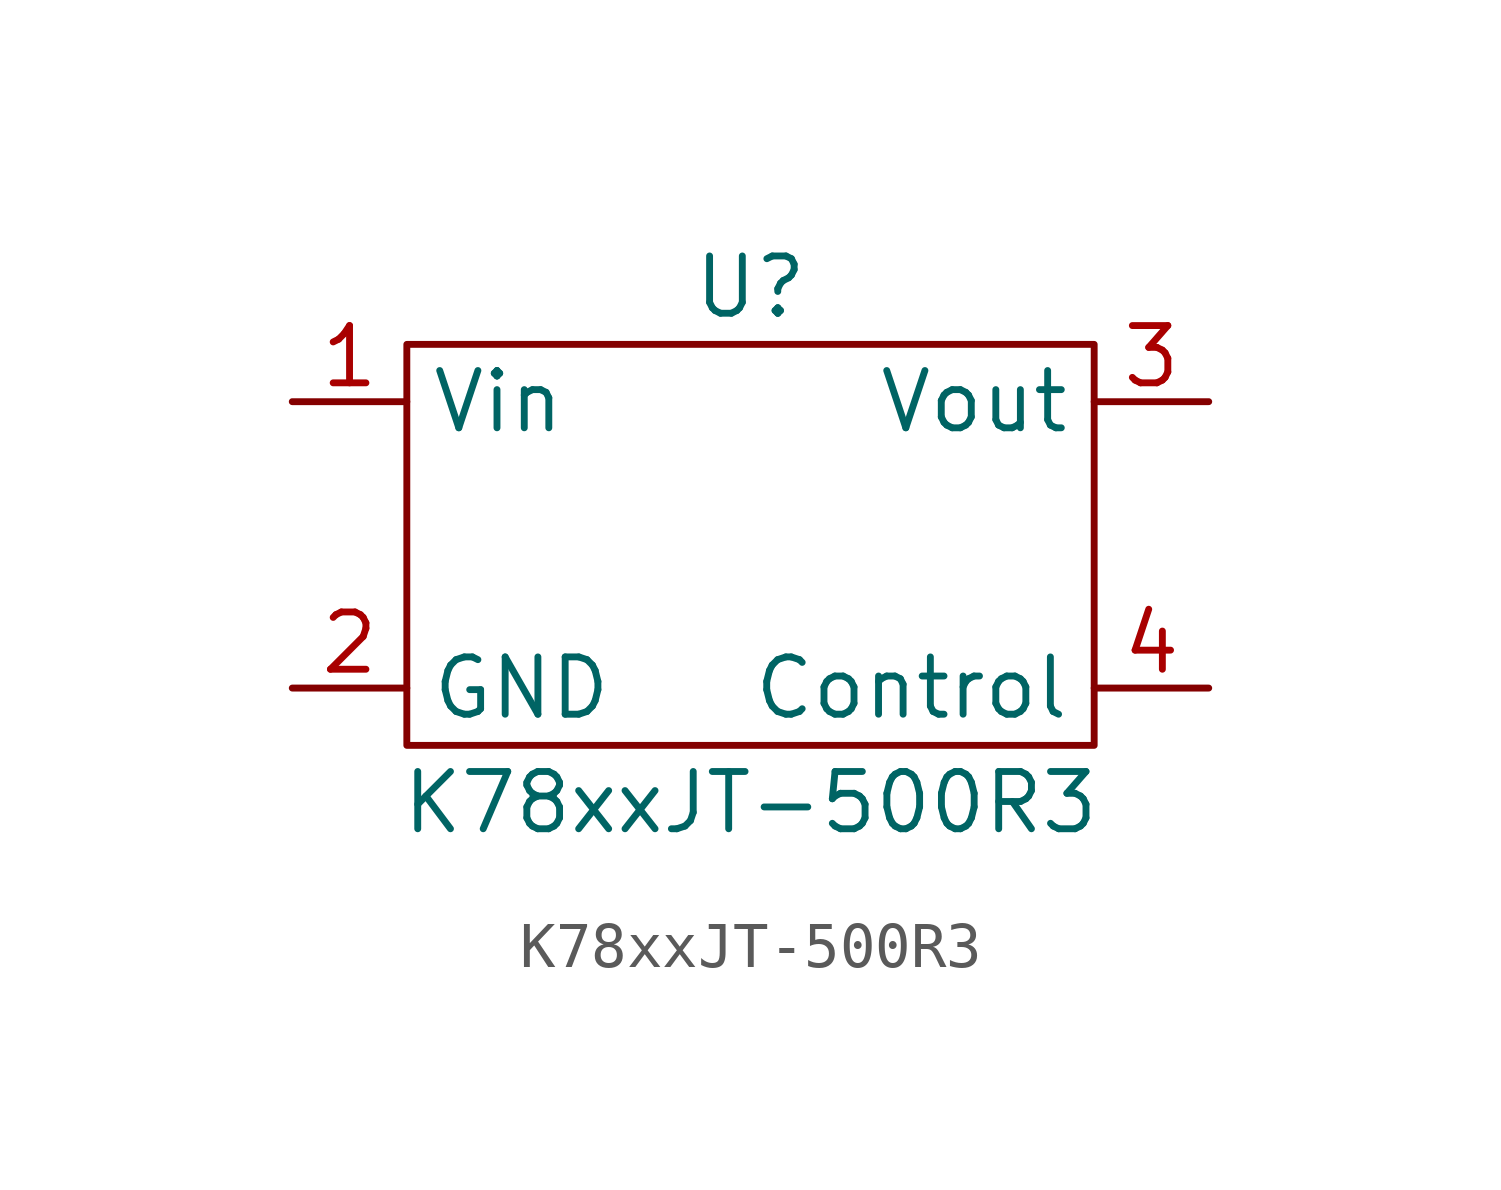
<source format=kicad_sym>
(kicad_symbol_lib
  (version 20211014)
  (generator kicad_symbol_editor)
  (symbol "K78xxJT-500R3"
    (property "Reference" "U"
      (at 0 5.08 0)
      (effects (font (size 1.27 1.27))))
    (property "Value" "K78xxJT-500R3"
      (at 0 -6.35 0)
      (effects (font (size 1.27 1.27))))
    (symbol "K78xxJT-500R3_0_1"
      (rectangle (start -7.62 3.81) (end 7.62 -5.08) (stroke (width 0) (type default) (color 0 0 0 0)) (fill (type none))))
    (symbol "K78xxJT-500R3_1_1"
      (pin power_in line (at -10.16 2.54 0) (length 2.54) (name "Vin" (effects (font (size 1.27 1.27)))) (number "1" (effects (font (size 1.27 1.27)))))
      (pin input line (at -10.16 -3.81 0) (length 2.54) (name "GND" (effects (font (size 1.27 1.27)))) (number "2" (effects (font (size 1.27 1.27)))))
      (pin input line (at 10.16 2.54 180) (length 2.54) (name "Vout" (effects (font (size 1.27 1.27)))) (number "3" (effects (font (size 1.27 1.27)))))
      (pin input line (at 10.16 -3.81 180) (length 2.54) (name "Control" (effects (font (size 1.27 1.27)))) (number "4" (effects (font (size 1.27 1.27))))))))
</source>
